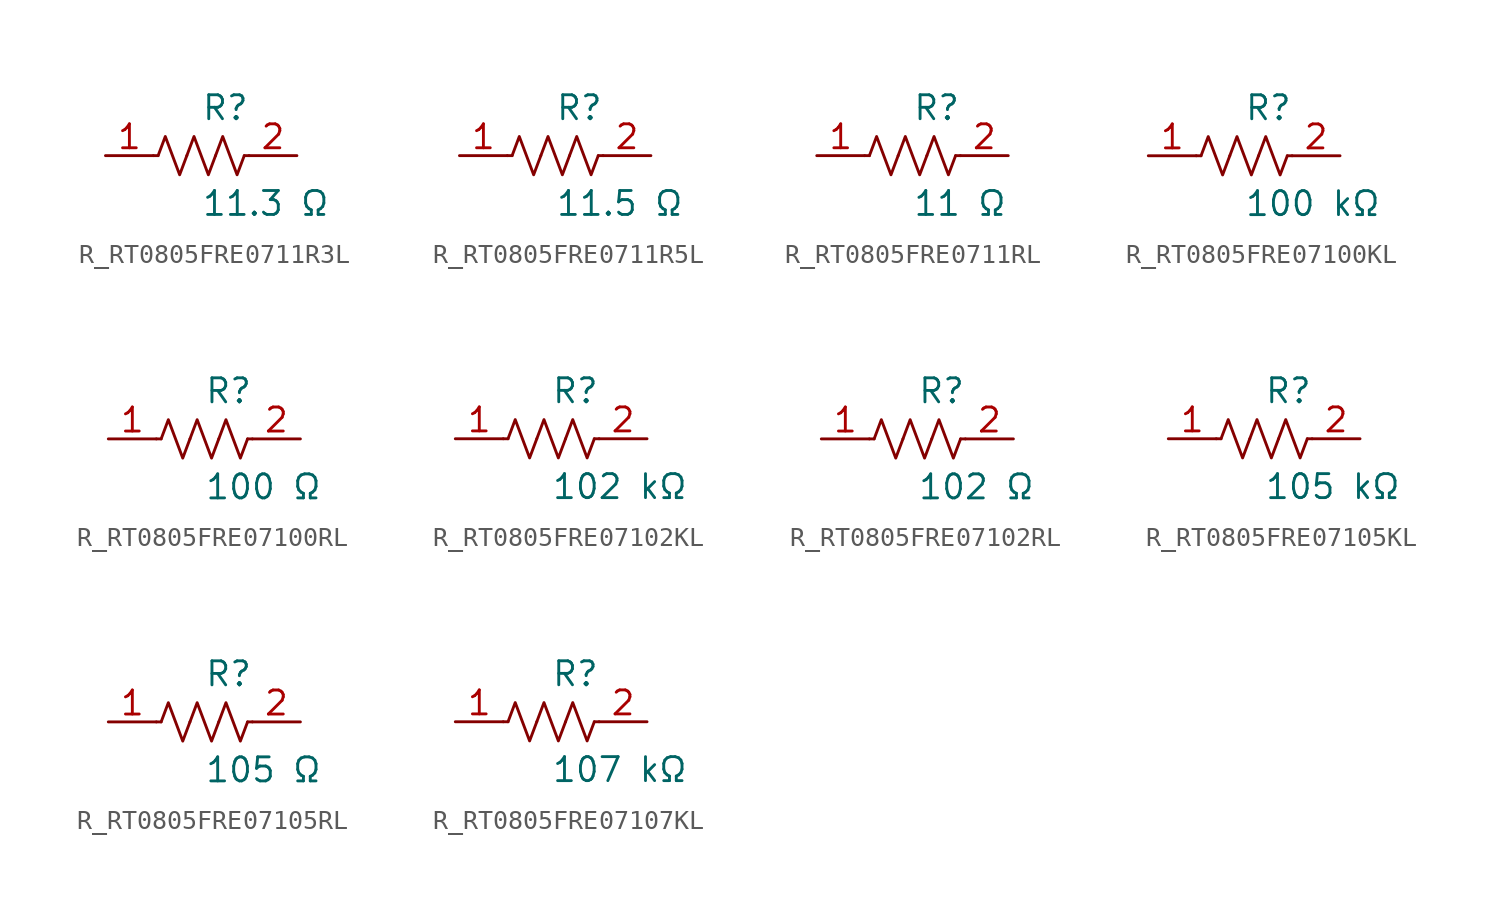
<source format=kicad_sym>
(kicad_symbol_lib
  (version 20231120)
  (generator kicad_symbol_editor)
  (generator_version 8.0)
  (symbol "R_RT0805FRE0711R3L"
    (pin_names
      (offset 0.254))
    (property "Reference" "R"
      (at 0 2.54 0)
      (effects (font (size 1.27 1.27)) (justify left)))
    (property "Value" "11.3 Ω"
      (at 0 -2.54 0)
      (effects (font (size 1.27 1.27)) (justify left)))
    (symbol "R_RT0805FRE0711R3L_0_1"
      (polyline (pts (xy 2.286 0) (xy 2.54 0)) (stroke (width 0) (type default)) (fill (type none)))
      (polyline (pts (xy -2.286 0) (xy -2.54 0)) (stroke (width 0) (type default)) (fill (type none)))
      (polyline (pts (xy 0.762 0) (xy 1.143 1.016) (xy 1.524 0) (xy 1.905 -1.016) (xy 2.286 0)) (stroke (width 0) (type default)) (fill (type none)))
      (polyline (pts (xy -0.762 0) (xy -0.381 1.016) (xy 0 0) (xy 0.381 -1.016) (xy 0.762 0)) (stroke (width 0) (type default)) (fill (type none)))
      (polyline (pts (xy -2.286 0) (xy -1.905 1.016) (xy -1.524 0) (xy -1.143 -1.016) (xy -0.762 0)) (stroke (width 0) (type default)) (fill (type none))))
    (pin passive line
      (at -5.08 0 0)
      (length 2.54)
      (name "" (effects (font (size 1.27 1.27))))
      (number "1" (effects (font (size 1.27 1.27)))))
    (pin passive line
      (at 5.08 0 180)
      (length 2.54)
      (name "" (effects (font (size 1.27 1.27))))
      (number "2" (effects (font (size 1.27 1.27))))))
  (symbol "R_RT0805FRE0711R5L"
    (pin_names
      (offset 0.254))
    (property "Reference" "R"
      (at 0 2.54 0)
      (effects (font (size 1.27 1.27)) (justify left)))
    (property "Value" "11.5 Ω"
      (at 0 -2.54 0)
      (effects (font (size 1.27 1.27)) (justify left)))
    (symbol "R_RT0805FRE0711R5L_0_1"
      (polyline (pts (xy 2.286 0) (xy 2.54 0)) (stroke (width 0) (type default)) (fill (type none)))
      (polyline (pts (xy -2.286 0) (xy -2.54 0)) (stroke (width 0) (type default)) (fill (type none)))
      (polyline (pts (xy 0.762 0) (xy 1.143 1.016) (xy 1.524 0) (xy 1.905 -1.016) (xy 2.286 0)) (stroke (width 0) (type default)) (fill (type none)))
      (polyline (pts (xy -0.762 0) (xy -0.381 1.016) (xy 0 0) (xy 0.381 -1.016) (xy 0.762 0)) (stroke (width 0) (type default)) (fill (type none)))
      (polyline (pts (xy -2.286 0) (xy -1.905 1.016) (xy -1.524 0) (xy -1.143 -1.016) (xy -0.762 0)) (stroke (width 0) (type default)) (fill (type none))))
    (pin passive line
      (at -5.08 0 0)
      (length 2.54)
      (name "" (effects (font (size 1.27 1.27))))
      (number "1" (effects (font (size 1.27 1.27)))))
    (pin passive line
      (at 5.08 0 180)
      (length 2.54)
      (name "" (effects (font (size 1.27 1.27))))
      (number "2" (effects (font (size 1.27 1.27))))))
  (symbol "R_RT0805FRE0711RL"
    (pin_names
      (offset 0.254))
    (property "Reference" "R"
      (at 0 2.54 0)
      (effects (font (size 1.27 1.27)) (justify left)))
    (property "Value" "11 Ω"
      (at 0 -2.54 0)
      (effects (font (size 1.27 1.27)) (justify left)))
    (symbol "R_RT0805FRE0711RL_0_1"
      (polyline (pts (xy 2.286 0) (xy 2.54 0)) (stroke (width 0) (type default)) (fill (type none)))
      (polyline (pts (xy -2.286 0) (xy -2.54 0)) (stroke (width 0) (type default)) (fill (type none)))
      (polyline (pts (xy 0.762 0) (xy 1.143 1.016) (xy 1.524 0) (xy 1.905 -1.016) (xy 2.286 0)) (stroke (width 0) (type default)) (fill (type none)))
      (polyline (pts (xy -0.762 0) (xy -0.381 1.016) (xy 0 0) (xy 0.381 -1.016) (xy 0.762 0)) (stroke (width 0) (type default)) (fill (type none)))
      (polyline (pts (xy -2.286 0) (xy -1.905 1.016) (xy -1.524 0) (xy -1.143 -1.016) (xy -0.762 0)) (stroke (width 0) (type default)) (fill (type none))))
    (pin passive line
      (at -5.08 0 0)
      (length 2.54)
      (name "" (effects (font (size 1.27 1.27))))
      (number "1" (effects (font (size 1.27 1.27)))))
    (pin passive line
      (at 5.08 0 180)
      (length 2.54)
      (name "" (effects (font (size 1.27 1.27))))
      (number "2" (effects (font (size 1.27 1.27))))))
  (symbol "R_RT0805FRE07100KL"
    (pin_names
      (offset 0.254))
    (property "Reference" "R"
      (at 0 2.54 0)
      (effects (font (size 1.27 1.27)) (justify left)))
    (property "Value" "100 kΩ"
      (at 0 -2.54 0)
      (effects (font (size 1.27 1.27)) (justify left)))
    (symbol "R_RT0805FRE07100KL_0_1"
      (polyline (pts (xy 2.286 0) (xy 2.54 0)) (stroke (width 0) (type default)) (fill (type none)))
      (polyline (pts (xy -2.286 0) (xy -2.54 0)) (stroke (width 0) (type default)) (fill (type none)))
      (polyline (pts (xy 0.762 0) (xy 1.143 1.016) (xy 1.524 0) (xy 1.905 -1.016) (xy 2.286 0)) (stroke (width 0) (type default)) (fill (type none)))
      (polyline (pts (xy -0.762 0) (xy -0.381 1.016) (xy 0 0) (xy 0.381 -1.016) (xy 0.762 0)) (stroke (width 0) (type default)) (fill (type none)))
      (polyline (pts (xy -2.286 0) (xy -1.905 1.016) (xy -1.524 0) (xy -1.143 -1.016) (xy -0.762 0)) (stroke (width 0) (type default)) (fill (type none))))
    (pin passive line
      (at -5.08 0 0)
      (length 2.54)
      (name "" (effects (font (size 1.27 1.27))))
      (number "1" (effects (font (size 1.27 1.27)))))
    (pin passive line
      (at 5.08 0 180)
      (length 2.54)
      (name "" (effects (font (size 1.27 1.27))))
      (number "2" (effects (font (size 1.27 1.27))))))
  (symbol "R_RT0805FRE07100RL"
    (pin_names
      (offset 0.254))
    (property "Reference" "R"
      (at 0 2.54 0)
      (effects (font (size 1.27 1.27)) (justify left)))
    (property "Value" "100 Ω"
      (at 0 -2.54 0)
      (effects (font (size 1.27 1.27)) (justify left)))
    (symbol "R_RT0805FRE07100RL_0_1"
      (polyline (pts (xy 2.286 0) (xy 2.54 0)) (stroke (width 0) (type default)) (fill (type none)))
      (polyline (pts (xy -2.286 0) (xy -2.54 0)) (stroke (width 0) (type default)) (fill (type none)))
      (polyline (pts (xy 0.762 0) (xy 1.143 1.016) (xy 1.524 0) (xy 1.905 -1.016) (xy 2.286 0)) (stroke (width 0) (type default)) (fill (type none)))
      (polyline (pts (xy -0.762 0) (xy -0.381 1.016) (xy 0 0) (xy 0.381 -1.016) (xy 0.762 0)) (stroke (width 0) (type default)) (fill (type none)))
      (polyline (pts (xy -2.286 0) (xy -1.905 1.016) (xy -1.524 0) (xy -1.143 -1.016) (xy -0.762 0)) (stroke (width 0) (type default)) (fill (type none))))
    (pin passive line
      (at -5.08 0 0)
      (length 2.54)
      (name "" (effects (font (size 1.27 1.27))))
      (number "1" (effects (font (size 1.27 1.27)))))
    (pin passive line
      (at 5.08 0 180)
      (length 2.54)
      (name "" (effects (font (size 1.27 1.27))))
      (number "2" (effects (font (size 1.27 1.27))))))
  (symbol "R_RT0805FRE07102KL"
    (pin_names
      (offset 0.254))
    (property "Reference" "R"
      (at 0 2.54 0)
      (effects (font (size 1.27 1.27)) (justify left)))
    (property "Value" "102 kΩ"
      (at 0 -2.54 0)
      (effects (font (size 1.27 1.27)) (justify left)))
    (symbol "R_RT0805FRE07102KL_0_1"
      (polyline (pts (xy 2.286 0) (xy 2.54 0)) (stroke (width 0) (type default)) (fill (type none)))
      (polyline (pts (xy -2.286 0) (xy -2.54 0)) (stroke (width 0) (type default)) (fill (type none)))
      (polyline (pts (xy 0.762 0) (xy 1.143 1.016) (xy 1.524 0) (xy 1.905 -1.016) (xy 2.286 0)) (stroke (width 0) (type default)) (fill (type none)))
      (polyline (pts (xy -0.762 0) (xy -0.381 1.016) (xy 0 0) (xy 0.381 -1.016) (xy 0.762 0)) (stroke (width 0) (type default)) (fill (type none)))
      (polyline (pts (xy -2.286 0) (xy -1.905 1.016) (xy -1.524 0) (xy -1.143 -1.016) (xy -0.762 0)) (stroke (width 0) (type default)) (fill (type none))))
    (pin passive line
      (at -5.08 0 0)
      (length 2.54)
      (name "" (effects (font (size 1.27 1.27))))
      (number "1" (effects (font (size 1.27 1.27)))))
    (pin passive line
      (at 5.08 0 180)
      (length 2.54)
      (name "" (effects (font (size 1.27 1.27))))
      (number "2" (effects (font (size 1.27 1.27))))))
  (symbol "R_RT0805FRE07102RL"
    (pin_names
      (offset 0.254))
    (property "Reference" "R"
      (at 0 2.54 0)
      (effects (font (size 1.27 1.27)) (justify left)))
    (property "Value" "102 Ω"
      (at 0 -2.54 0)
      (effects (font (size 1.27 1.27)) (justify left)))
    (symbol "R_RT0805FRE07102RL_0_1"
      (polyline (pts (xy 2.286 0) (xy 2.54 0)) (stroke (width 0) (type default)) (fill (type none)))
      (polyline (pts (xy -2.286 0) (xy -2.54 0)) (stroke (width 0) (type default)) (fill (type none)))
      (polyline (pts (xy 0.762 0) (xy 1.143 1.016) (xy 1.524 0) (xy 1.905 -1.016) (xy 2.286 0)) (stroke (width 0) (type default)) (fill (type none)))
      (polyline (pts (xy -0.762 0) (xy -0.381 1.016) (xy 0 0) (xy 0.381 -1.016) (xy 0.762 0)) (stroke (width 0) (type default)) (fill (type none)))
      (polyline (pts (xy -2.286 0) (xy -1.905 1.016) (xy -1.524 0) (xy -1.143 -1.016) (xy -0.762 0)) (stroke (width 0) (type default)) (fill (type none))))
    (pin passive line
      (at -5.08 0 0)
      (length 2.54)
      (name "" (effects (font (size 1.27 1.27))))
      (number "1" (effects (font (size 1.27 1.27)))))
    (pin passive line
      (at 5.08 0 180)
      (length 2.54)
      (name "" (effects (font (size 1.27 1.27))))
      (number "2" (effects (font (size 1.27 1.27))))))
  (symbol "R_RT0805FRE07105KL"
    (pin_names
      (offset 0.254))
    (property "Reference" "R"
      (at 0 2.54 0)
      (effects (font (size 1.27 1.27)) (justify left)))
    (property "Value" "105 kΩ"
      (at 0 -2.54 0)
      (effects (font (size 1.27 1.27)) (justify left)))
    (symbol "R_RT0805FRE07105KL_0_1"
      (polyline (pts (xy 2.286 0) (xy 2.54 0)) (stroke (width 0) (type default)) (fill (type none)))
      (polyline (pts (xy -2.286 0) (xy -2.54 0)) (stroke (width 0) (type default)) (fill (type none)))
      (polyline (pts (xy 0.762 0) (xy 1.143 1.016) (xy 1.524 0) (xy 1.905 -1.016) (xy 2.286 0)) (stroke (width 0) (type default)) (fill (type none)))
      (polyline (pts (xy -0.762 0) (xy -0.381 1.016) (xy 0 0) (xy 0.381 -1.016) (xy 0.762 0)) (stroke (width 0) (type default)) (fill (type none)))
      (polyline (pts (xy -2.286 0) (xy -1.905 1.016) (xy -1.524 0) (xy -1.143 -1.016) (xy -0.762 0)) (stroke (width 0) (type default)) (fill (type none))))
    (pin passive line
      (at -5.08 0 0)
      (length 2.54)
      (name "" (effects (font (size 1.27 1.27))))
      (number "1" (effects (font (size 1.27 1.27)))))
    (pin passive line
      (at 5.08 0 180)
      (length 2.54)
      (name "" (effects (font (size 1.27 1.27))))
      (number "2" (effects (font (size 1.27 1.27))))))
  (symbol "R_RT0805FRE07105RL"
    (pin_names
      (offset 0.254))
    (property "Reference" "R"
      (at 0 2.54 0)
      (effects (font (size 1.27 1.27)) (justify left)))
    (property "Value" "105 Ω"
      (at 0 -2.54 0)
      (effects (font (size 1.27 1.27)) (justify left)))
    (symbol "R_RT0805FRE07105RL_0_1"
      (polyline (pts (xy 2.286 0) (xy 2.54 0)) (stroke (width 0) (type default)) (fill (type none)))
      (polyline (pts (xy -2.286 0) (xy -2.54 0)) (stroke (width 0) (type default)) (fill (type none)))
      (polyline (pts (xy 0.762 0) (xy 1.143 1.016) (xy 1.524 0) (xy 1.905 -1.016) (xy 2.286 0)) (stroke (width 0) (type default)) (fill (type none)))
      (polyline (pts (xy -0.762 0) (xy -0.381 1.016) (xy 0 0) (xy 0.381 -1.016) (xy 0.762 0)) (stroke (width 0) (type default)) (fill (type none)))
      (polyline (pts (xy -2.286 0) (xy -1.905 1.016) (xy -1.524 0) (xy -1.143 -1.016) (xy -0.762 0)) (stroke (width 0) (type default)) (fill (type none))))
    (pin passive line
      (at -5.08 0 0)
      (length 2.54)
      (name "" (effects (font (size 1.27 1.27))))
      (number "1" (effects (font (size 1.27 1.27)))))
    (pin passive line
      (at 5.08 0 180)
      (length 2.54)
      (name "" (effects (font (size 1.27 1.27))))
      (number "2" (effects (font (size 1.27 1.27))))))
  (symbol "R_RT0805FRE07107KL"
    (pin_names
      (offset 0.254))
    (property "Reference" "R"
      (at 0 2.54 0)
      (effects (font (size 1.27 1.27)) (justify left)))
    (property "Value" "107 kΩ"
      (at 0 -2.54 0)
      (effects (font (size 1.27 1.27)) (justify left)))
    (symbol "R_RT0805FRE07107KL_0_1"
      (polyline (pts (xy 2.286 0) (xy 2.54 0)) (stroke (width 0) (type default)) (fill (type none)))
      (polyline (pts (xy -2.286 0) (xy -2.54 0)) (stroke (width 0) (type default)) (fill (type none)))
      (polyline (pts (xy 0.762 0) (xy 1.143 1.016) (xy 1.524 0) (xy 1.905 -1.016) (xy 2.286 0)) (stroke (width 0) (type default)) (fill (type none)))
      (polyline (pts (xy -0.762 0) (xy -0.381 1.016) (xy 0 0) (xy 0.381 -1.016) (xy 0.762 0)) (stroke (width 0) (type default)) (fill (type none)))
      (polyline (pts (xy -2.286 0) (xy -1.905 1.016) (xy -1.524 0) (xy -1.143 -1.016) (xy -0.762 0)) (stroke (width 0) (type default)) (fill (type none))))
    (pin passive line
      (at -5.08 0 0)
      (length 2.54)
      (name "" (effects (font (size 1.27 1.27))))
      (number "1" (effects (font (size 1.27 1.27)))))
    (pin passive line
      (at 5.08 0 180)
      (length 2.54)
      (name "" (effects (font (size 1.27 1.27))))
      (number "2" (effects (font (size 1.27 1.27)))))))
</source>
